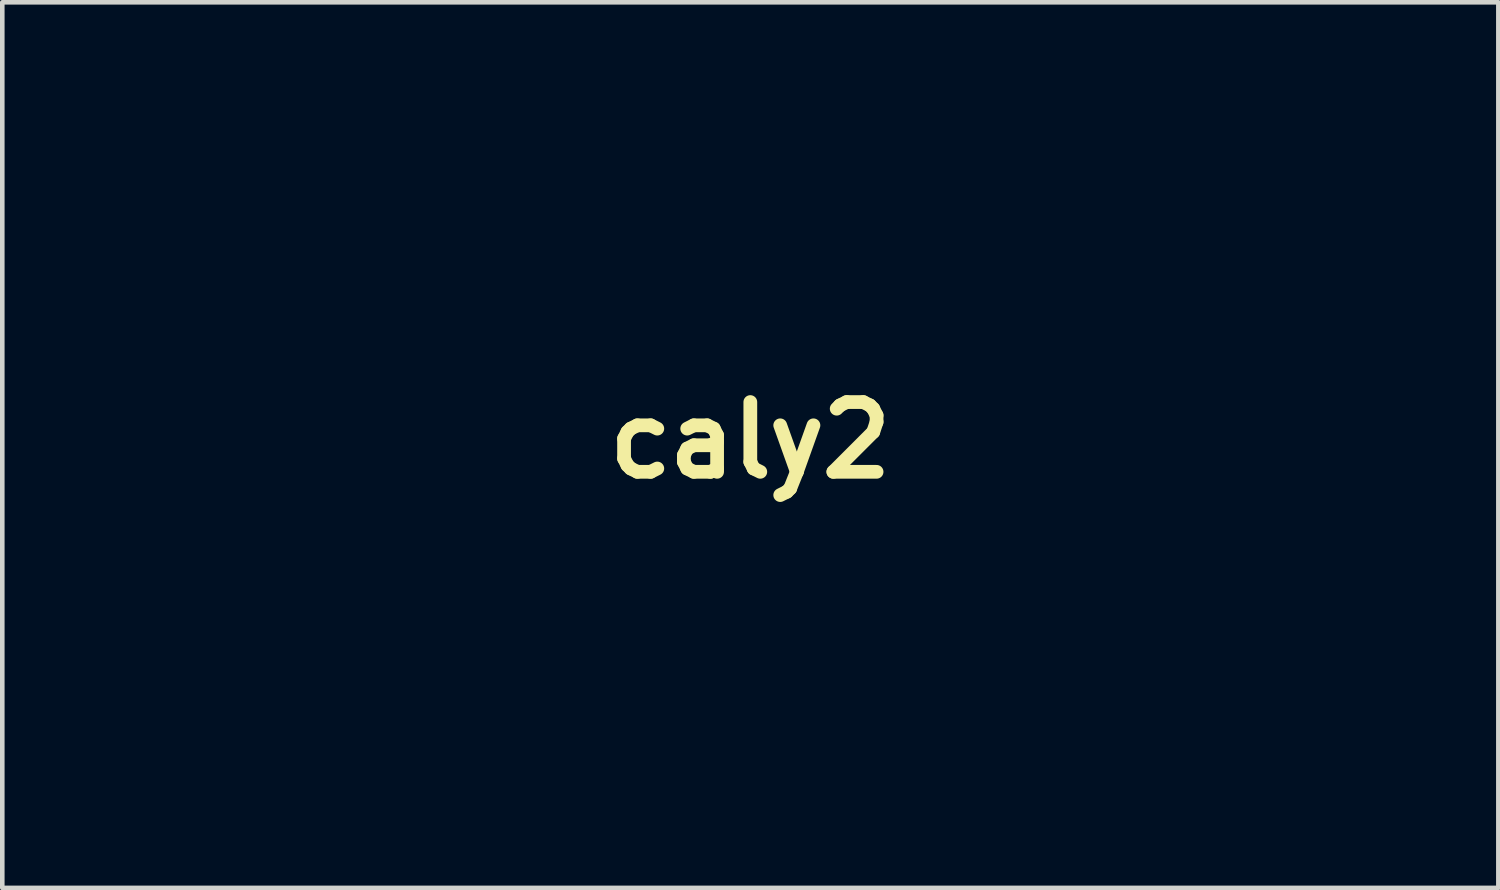
<source format=kicad_pcb>
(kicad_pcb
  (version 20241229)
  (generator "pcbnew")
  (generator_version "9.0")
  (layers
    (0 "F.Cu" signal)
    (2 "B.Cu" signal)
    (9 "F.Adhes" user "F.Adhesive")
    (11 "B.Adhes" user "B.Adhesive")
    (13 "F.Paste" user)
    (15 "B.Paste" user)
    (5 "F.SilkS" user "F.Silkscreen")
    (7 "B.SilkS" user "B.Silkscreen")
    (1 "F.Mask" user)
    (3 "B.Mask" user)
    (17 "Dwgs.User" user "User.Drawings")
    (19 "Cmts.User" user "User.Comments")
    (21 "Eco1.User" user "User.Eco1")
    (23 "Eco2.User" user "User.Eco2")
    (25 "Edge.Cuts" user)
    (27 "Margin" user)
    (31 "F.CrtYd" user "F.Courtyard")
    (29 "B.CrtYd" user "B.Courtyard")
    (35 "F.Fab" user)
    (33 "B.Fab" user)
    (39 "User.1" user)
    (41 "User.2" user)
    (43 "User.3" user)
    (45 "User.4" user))
  (footprint "caly2"
    (layer "F.Cu")
    (at 13.34 6.567)
    (property "Reference" "caly2" (at 0 0 0) (layer "F.SilkS") (effects (font (size 1.524 1.524) (thickness 0.3))))
    (attr through_hole)
    (fp_poly (pts (xy 9.242 3.334) (xy 9.27 3.767) (xy 9.242 3.863) (xy 9.165 3.89) (xy 9.135 3.598) (xy 9.168 3.298) (xy 9.242 3.334)) (stroke (width 0.01) (type solid)) (fill no) (layer "Eco1.User"))
    (fp_poly (pts (xy -8.92 0.417) (xy -8.719 0.649) (xy -8.533 0.977) (xy -8.603 1.005) (xy -8.956 0.754) (xy -9.184 0.49) (xy -9.157 0.352) (xy -8.92 0.417)) (stroke (width 0.01) (type solid)) (fill no) (layer "Eco1.User"))
    (fp_poly (pts (xy -6.594 -1.608) (xy -6.369 -1.411) (xy -6.35 -1.363) (xy -6.45 -1.276) (xy -6.66 -1.471) (xy -6.688 -1.514) (xy -6.713 -1.659) (xy -6.594 -1.608)) (stroke (width 0.01) (type solid)) (fill no) (layer "Eco1.User"))
    (fp_poly (pts (xy -10.636 2.361) (xy -10.583 2.575) (xy -10.618 2.914) (xy -10.784 2.878) (xy -10.964 2.709) (xy -11.202 2.367) (xy -11.06 2.202) (xy -10.901 2.187) (xy -10.636 2.361)) (stroke (width 0.01) (type solid)) (fill no) (layer "Eco1.User"))
    (fp_poly (pts (xy 1.141 3.337) (xy 1.12 3.598) (xy 1.007 3.94) (xy 0.953 4.022) (xy 0.861 3.848) (xy 0.785 3.598) (xy 0.8 3.247) (xy 0.953 3.175) (xy 1.141 3.337)) (stroke (width 0.01) (type solid)) (fill no) (layer "Eco1.User"))
    (fp_poly (pts (xy 4.642 3.308) (xy 4.516 3.694) (xy 4.445 3.81) (xy 4.291 3.976) (xy 4.239 3.766) (xy 4.237 3.651) (xy 4.314 3.28) (xy 4.445 3.175) (xy 4.642 3.308)) (stroke (width 0.01) (type solid)) (fill no) (layer "Eco1.User"))
    (fp_poly (pts (xy 5.075 3.458) (xy 5.077 3.545) (xy 5.027 3.956) (xy 4.88 3.973) (xy 4.789 3.853) (xy 4.796 3.551) (xy 4.879 3.377) (xy 5.026 3.227) (xy 5.075 3.458)) (stroke (width 0.01) (type solid)) (fill no) (layer "Eco1.User"))
    (fp_poly (pts (xy -7.992 -4.185) (xy -8.976 -3.242) (xy -9.985 -2.271) (xy -10.921 -1.368) (xy -11.686 -0.626) (xy -11.906 -0.411) (xy -13.335 0.985) (xy -13.335 -6.562) (xy -5.506 -6.562) (xy -7.992 -4.185)) (stroke (width 0.01) (type solid)) (fill no) (layer "Eco1.User"))
    (fp_poly (pts (xy -6.962 -1.278) (xy -6.908 -1.164) (xy -6.826 -0.902) (xy -6.833 -0.871) (xy -7.048 -0.938) (xy -7.252 -0.993) (xy -7.508 -1.16) (xy -7.504 -1.286) (xy -7.229 -1.474) (xy -6.962 -1.278)) (stroke (width 0.01) (type solid)) (fill no) (layer "Eco1.User"))
    (fp_poly (pts (xy 1.817 3.317) (xy 2.02 3.47) (xy 1.899 3.602) (xy 1.771 3.77) (xy 1.934 3.874) (xy 2.06 3.971) (xy 1.852 4.005) (xy 1.54 3.854) (xy 1.482 3.605) (xy 1.579 3.304) (xy 1.817 3.317)) (stroke (width 0.01) (type solid)) (fill no) (layer "Eco1.User"))
    (fp_poly (pts (xy -8.726 -1.984) (xy -8.726 -1.868) (xy -8.632 -1.647) (xy -8.52 -1.64) (xy -8.277 -1.561) (xy -8.255 -1.482) (xy -8.379 -1.282) (xy -8.668 -1.374) (xy -8.874 -1.569) (xy -9.005 -1.878) (xy -8.895 -2.008) (xy -8.726 -1.984)) (stroke (width 0.01) (type solid)) (fill no) (layer "Eco1.User"))
    (fp_poly (pts (xy 11.253 -0.296) (xy 11.276 -0.078) (xy 11.087 0.278) (xy 10.789 0.628) (xy 10.486 0.83) (xy 10.425 0.84) (xy 10.188 0.677) (xy 10.16 0.541) (xy 10.312 0.214) (xy 10.661 -0.11) (xy 11.044 -0.306) (xy 11.253 -0.296)) (stroke (width 0.01) (type solid)) (fill no) (layer "Eco1.User"))
    (fp_poly (pts (xy 6.894 -0.233) (xy 6.971 0.254) (xy 6.985 0.635) (xy 6.947 1.239) (xy 6.85 1.622) (xy 6.773 1.693) (xy 6.653 1.503) (xy 6.576 1.016) (xy 6.562 0.635) (xy 6.6 0.031) (xy 6.697 -0.352) (xy 6.773 -0.423) (xy 6.894 -0.233)) (stroke (width 0.01) (type solid)) (fill no) (layer "Eco1.User"))
    (fp_poly (pts (xy 10.054 3.387) (xy 10.017 3.578) (xy 9.908 3.602) (xy 9.769 3.66) (xy 9.948 3.81) (xy 10.143 3.974) (xy 9.943 4.018) (xy 9.895 4.018) (xy 9.583 3.851) (xy 9.525 3.598) (xy 9.637 3.238) (xy 9.885 3.21) (xy 10.054 3.387)) (stroke (width 0.01) (type solid)) (fill no) (layer "Eco1.User"))
    (fp_poly (pts (xy 13.241 3.643) (xy 13.285 4.036) (xy 13.313 4.699) (xy 13.318 5.027) (xy 13.335 6.773) (xy 11.695 6.763) (xy 10.054 6.753) (xy 11.564 5.334) (xy 12.225 4.693) (xy 12.764 4.131) (xy 13.108 3.727) (xy 13.188 3.598) (xy 13.241 3.643)) (stroke (width 0.01) (type solid)) (fill no) (layer "Eco1.User"))
    (fp_poly (pts (xy 2.944 3.213) (xy 2.794 3.362) (xy 2.752 3.39) (xy 2.541 3.589) (xy 2.709 3.779) (xy 2.752 3.807) (xy 2.947 3.973) (xy 2.748 4.018) (xy 2.699 4.018) (xy 2.387 3.851) (xy 2.328 3.598) (xy 2.477 3.243) (xy 2.699 3.178) (xy 2.944 3.213)) (stroke (width 0.01) (type solid)) (fill no) (layer "Eco1.User"))
    (fp_poly (pts (xy 3.953 3.422) (xy 4.018 3.696) (xy 3.984 3.979) (xy 3.851 3.871) (xy 3.81 3.81) (xy 3.639 3.638) (xy 3.602 3.757) (xy 3.465 4.003) (xy 3.387 4.022) (xy 3.213 3.845) (xy 3.175 3.611) (xy 3.315 3.282) (xy 3.598 3.233) (xy 3.953 3.422)) (stroke (width 0.01) (type solid)) (fill no) (layer "Eco1.User"))
    (fp_poly (pts (xy 7.563 1.943) (xy 7.623 1.947) (xy 8.354 2.04) (xy 8.683 2.181) (xy 8.607 2.333) (xy 8.123 2.456) (xy 7.673 2.498) (xy 7.009 2.513) (xy 6.67 2.443) (xy 6.563 2.264) (xy 6.562 2.223) (xy 6.642 2.021) (xy 6.944 1.936) (xy 7.563 1.943)) (stroke (width 0.01) (type solid)) (fill no) (layer "Eco1.User"))
    (fp_poly (pts (xy 10.734 3.293) (xy 10.927 3.525) (xy 10.951 3.634) (xy 10.824 3.962) (xy 10.623 4.018) (xy 10.387 3.984) (xy 10.541 3.838) (xy 10.583 3.81) (xy 10.756 3.639) (xy 10.636 3.602) (xy 10.39 3.487) (xy 10.372 3.422) (xy 10.491 3.238) (xy 10.734 3.293)) (stroke (width 0.01) (type solid)) (fill no) (layer "Eco1.User"))
    (fp_poly (pts (xy -9.441 3.302) (xy -9.176 3.555) (xy -9.264 3.85) (xy -9.459 3.964) (xy -9.712 3.863) (xy -9.808 3.704) (xy -9.525 3.704) (xy -9.419 3.81) (xy -9.313 3.704) (xy -9.419 3.598) (xy -9.525 3.704) (xy -9.808 3.704) (xy -9.821 3.683) (xy -9.892 3.305) (xy -9.673 3.231) (xy -9.441 3.302)) (stroke (width 0.01) (type solid)) (fill no) (layer "Eco1.User"))
    (fp_poly (pts (xy 8.806 3.236) (xy 8.685 3.305) (xy 8.625 3.321) (xy 8.311 3.506) (xy 8.255 3.636) (xy 8.41 3.765) (xy 8.572 3.733) (xy 8.845 3.729) (xy 8.89 3.817) (xy 8.713 3.983) (xy 8.467 4.022) (xy 8.113 3.872) (xy 8.043 3.598) (xy 8.169 3.265) (xy 8.52 3.2) (xy 8.806 3.236)) (stroke (width 0.01) (type solid)) (fill no) (layer "Eco1.User"))
    (fp_poly (pts (xy 9.114 -0.017) (xy 9.318 0.154) (xy 9.743 0.598) (xy 9.912 1.034) (xy 9.91 1.662) (xy 9.838 2.177) (xy 9.734 2.425) (xy 9.684 2.419) (xy 9.562 2.102) (xy 9.525 1.721) (xy 9.368 1.197) (xy 8.96 0.606) (xy 8.872 0.51) (xy 8.481 0.013) (xy 8.425 -0.268) (xy 8.652 -0.291) (xy 9.114 -0.017)) (stroke (width 0.01) (type solid)) (fill no) (layer "Eco1.User"))
    (fp_poly (pts (xy -9.972 1.598) (xy -9.888 1.669) (xy -9.77 1.868) (xy -9.918 1.905) (xy -10.084 2.027) (xy -10.054 2.117) (xy -9.985 2.315) (xy -10.136 2.253) (xy -10.356 2.03) (xy -10.431 1.799) (xy -10.372 1.799) (xy -10.266 1.905) (xy -10.16 1.799) (xy -10.266 1.693) (xy -10.372 1.799) (xy -10.431 1.799) (xy -10.459 1.712) (xy -10.283 1.531) (xy -9.972 1.598)) (stroke (width 0.01) (type solid)) (fill no) (layer "Eco1.User"))
    (fp_poly (pts (xy 5.977 3.424) (xy 6.032 3.598) (xy 5.857 3.897) (xy 5.662 3.981) (xy 5.362 3.908) (xy 5.292 3.598) (xy 5.503 3.598) (xy 5.664 3.804) (xy 5.715 3.81) (xy 5.921 3.649) (xy 5.927 3.598) (xy 5.766 3.393) (xy 5.715 3.387) (xy 5.509 3.548) (xy 5.503 3.598) (xy 5.292 3.598) (xy 5.399 3.251) (xy 5.662 3.215) (xy 5.977 3.424)) (stroke (width 0.01) (type solid)) (fill no) (layer "Eco1.User"))
    (fp_poly (pts (xy -9.155 1.023) (xy -9.102 1.27) (xy -9.204 1.637) (xy -9.469 1.63) (xy -9.709 1.409) (xy -9.787 1.188) (xy -9.664 1.188) (xy -9.631 1.27) (xy -9.441 1.472) (xy -9.407 1.482) (xy -9.316 1.318) (xy -9.313 1.27) (xy -9.476 1.066) (xy -9.537 1.058) (xy -9.664 1.188) (xy -9.787 1.188) (xy -9.83 1.066) (xy -9.581 0.867) (xy -9.384 0.847) (xy -9.155 1.023)) (stroke (width 0.01) (type solid)) (fill no) (layer "Eco1.User"))
    (fp_poly (pts (xy -7.197 -3.069) (xy -7.042 -2.687) (xy -7.13 -2.522) (xy -7.418 -2.47) (xy -7.62 -2.646) (xy -7.775 -3.028) (xy -7.768 -3.041) (xy -7.62 -3.041) (xy -7.5 -2.704) (xy -7.479 -2.681) (xy -7.252 -2.631) (xy -7.228 -2.649) (xy -7.258 -2.867) (xy -7.37 -3.009) (xy -7.583 -3.129) (xy -7.62 -3.041) (xy -7.768 -3.041) (xy -7.687 -3.193) (xy -7.399 -3.245) (xy -7.197 -3.069)) (stroke (width 0.01) (type solid)) (fill no) (layer "Eco1.User"))
    (fp_poly (pts (xy -7.949 -2.558) (xy -7.92 -2.347) (xy -7.978 -2.325) (xy -7.981 -2.234) (xy -7.832 -2.117) (xy -7.633 -1.952) (xy -7.824 -1.909) (xy -7.872 -1.908) (xy -8.262 -2.026) (xy -8.372 -2.135) (xy -8.377 -2.434) (xy -8.255 -2.434) (xy -8.149 -2.328) (xy -8.043 -2.434) (xy -8.149 -2.54) (xy -8.255 -2.434) (xy -8.377 -2.434) (xy -8.377 -2.469) (xy -8.303 -2.577) (xy -8.044 -2.659) (xy -7.949 -2.558)) (stroke (width 0.01) (type solid)) (fill no) (layer "Eco1.User"))
    (fp_poly (pts (xy 2.566 -0.346) (xy 2.789 -0.165) (xy 2.655 0.046) (xy 2.177 0.212) (xy 1.852 0.252) (xy 1.287 0.318) (xy 1.027 0.465) (xy 0.955 0.786) (xy 0.953 0.953) (xy 1.075 1.51) (xy 1.429 1.796) (xy 1.795 2.054) (xy 1.905 2.273) (xy 1.766 2.513) (xy 1.415 2.487) (xy 0.951 2.216) (xy 0.731 2.02) (xy 0.32 1.377) (xy 0.278 0.726) (xy 0.563 0.152) (xy 1.131 -0.259) (xy 1.939 -0.423) (xy 1.972 -0.423) (xy 2.566 -0.346)) (stroke (width 0.01) (type solid)) (fill no) (layer "Eco1.User"))
    (fp_poly (pts (xy -7.646 -0.727) (xy -7.645 -0.688) (xy -7.64 -0.324) (xy -7.489 -0.309) (xy -7.389 -0.423) (xy -7.222 -0.633) (xy -7.234 -0.489) (xy -7.251 -0.423) (xy -7.52 -0.181) (xy -7.941 -0.132) (xy -8.336 -0.129) (xy -8.358 -0.035) (xy -8.176 0.113) (xy -7.963 0.37) (xy -8.007 0.507) (xy -8.288 0.472) (xy -8.461 0.324) (xy -8.597 -0.011) (xy -8.522 -0.285) (xy -8.294 -0.336) (xy -8.24 -0.308) (xy -8.071 -0.365) (xy -8.043 -0.517) (xy -7.933 -0.806) (xy -7.832 -0.847) (xy -7.646 -0.727)) (stroke (width 0.01) (type solid)) (fill no) (layer "Eco1.User"))
    (fp_poly (pts (xy 7.634 3.221) (xy 7.825 3.492) (xy 7.832 3.577) (xy 7.74 3.856) (xy 7.393 3.968) (xy 7.091 3.979) (xy 6.589 3.938) (xy 6.392 3.765) (xy 6.375 3.524) (xy 6.409 3.244) (xy 6.477 3.369) (xy 6.496 3.44) (xy 6.691 3.773) (xy 6.936 3.712) (xy 7.001 3.598) (xy 7.197 3.598) (xy 7.358 3.804) (xy 7.408 3.81) (xy 7.614 3.649) (xy 7.62 3.598) (xy 7.459 3.393) (xy 7.408 3.387) (xy 7.203 3.548) (xy 7.197 3.598) (xy 7.001 3.598) (xy 7.062 3.493) (xy 7.318 3.214) (xy 7.634 3.221)) (stroke (width 0.01) (type solid)) (fill no) (layer "Eco1.User"))
    (fp_poly (pts (xy 4.591 -0.041) (xy 4.951 0.39) (xy 5.339 0.963) (xy 5.679 1.556) (xy 5.892 2.051) (xy 5.927 2.237) (xy 5.838 2.431) (xy 5.511 2.51) (xy 4.866 2.498) (xy 4.186 2.406) (xy 3.853 2.258) (xy 3.888 2.091) (xy 4.312 1.941) (xy 4.521 1.905) (xy 5.245 1.799) (xy 4.761 1.095) (xy 4.276 0.391) (xy 3.672 1.465) (xy 3.268 2.14) (xy 2.989 2.471) (xy 2.789 2.502) (xy 2.675 2.376) (xy 2.718 2.105) (xy 2.951 1.618) (xy 3.301 1.029) (xy 3.694 0.452) (xy 4.056 0.001) (xy 4.314 -0.208) (xy 4.338 -0.212) (xy 4.591 -0.041)) (stroke (width 0.01) (type solid)) (fill no) (layer "Eco1.User"))
    (fp_poly (pts (xy -5.226 -2.99) (xy -4.924 -2.661) (xy -4.908 -2.456) (xy -5.182 -2.463) (xy -5.221 -2.477) (xy -5.458 -2.512) (xy -5.4 -2.332) (xy -5.341 -2.151) (xy -5.471 -2.202) (xy -5.682 -2.184) (xy -5.715 -2.036) (xy -5.841 -1.657) (xy -6.137 -1.627) (xy -6.361 -1.812) (xy -6.454 -1.987) (xy -6.277 -1.987) (xy -6.244 -1.905) (xy -6.054 -1.703) (xy -6.02 -1.693) (xy -5.929 -1.857) (xy -5.927 -1.905) (xy -6.089 -2.109) (xy -6.151 -2.117) (xy -6.277 -1.987) (xy -6.454 -1.987) (xy -6.503 -2.078) (xy -6.288 -2.225) (xy -6.176 -2.257) (xy -5.865 -2.419) (xy -5.836 -2.564) (xy -5.772 -2.724) (xy -5.609 -2.752) (xy -5.382 -2.858) (xy -5.426 -3.016) (xy -5.454 -3.144) (xy -5.226 -2.99)) (stroke (width 0.01) (type solid)) (fill no) (layer "Eco1.User"))
    (fp_poly (pts (xy 13.321 -2.064) (xy 13.306 2.434) (xy 12.597 0.018) (xy 12.225 -1.222) (xy 11.924 -2.12) (xy 11.658 -2.743) (xy 11.389 -3.156) (xy 11.079 -3.428) (xy 10.69 -3.624) (xy 10.497 -3.698) (xy 9.607 -3.996) (xy 8.546 -4.304) (xy 7.425 -4.593) (xy 6.359 -4.837) (xy 5.46 -5.008) (xy 4.84 -5.079) (xy 4.803 -5.079) (xy 4.637 -5.082) (xy 4.486 -5.076) (xy 4.326 -5.04) (xy 4.133 -4.953) (xy 3.883 -4.794) (xy 3.552 -4.542) (xy 3.116 -4.176) (xy 2.549 -3.674) (xy 1.829 -3.015) (xy 0.931 -2.179) (xy -0.169 -1.144) (xy -1.495 0.111) (xy -3.072 1.607) (xy -4.924 3.365) (xy -5.671 4.075) (xy -8.513 6.773) (xy -13.335 6.773) (xy -13.32 4.18) (xy -13.304 1.587) (xy -12.892 2.748) (xy -12.624 3.424) (xy -12.363 3.947) (xy -12.22 4.148) (xy -11.889 4.32) (xy -11.28 4.532) (xy -10.583 4.725) (xy -9.207 5.062) (xy -8.149 4.044) (xy -7.735 3.648) (xy -7.06 3.004) (xy -6.172 2.157) (xy -5.117 1.152) (xy -3.941 0.032) (xy -2.691 -1.157) (xy -2.048 -1.768) (xy 2.995 -6.562) (xy 13.335 -6.562) (xy 13.321 -2.064)) (stroke (width 0.01) (type solid)) (fill no) (layer "Eco1.User"))
    (fp_poly (pts (xy -8.902 -1.139) (xy -8.89 -1.033) (xy -9.015 -0.909) (xy -9.07 -0.933) (xy -9.285 -0.852) (xy -9.529 -0.522) (xy -9.803 -0.142) (xy -10.032 -0.007) (xy -10.126 -0.144) (xy -10.076 -0.37) (xy -10.021 -0.59) (xy -10.15 -0.475) (xy -10.265 -0.33) (xy -10.462 0.023) (xy -10.345 0.247) (xy -10.319 0.266) (xy -10.247 0.371) (xy -10.513 0.323) (xy -10.845 0.286) (xy -10.885 0.513) (xy -10.859 0.626) (xy -10.866 0.976) (xy -11.1 1.058) (xy -11.355 1.132) (xy -11.359 1.217) (xy -11.409 1.473) (xy -11.539 1.631) (xy -11.794 1.765) (xy -11.94 1.561) (xy -11.986 1.376) (xy -11.853 1.376) (xy -11.748 1.482) (xy -11.642 1.376) (xy -11.748 1.27) (xy -11.853 1.376) (xy -11.986 1.376) (xy -12.057 1.091) (xy -11.916 0.942) (xy -11.745 0.983) (xy -11.521 0.986) (xy -11.554 0.769) (xy -11.518 0.553) (xy -11.357 0.553) (xy -11.324 0.635) (xy -11.134 0.837) (xy -11.1 0.847) (xy -11.009 0.683) (xy -11.007 0.635) (xy -11.169 0.431) (xy -11.231 0.423) (xy -11.357 0.553) (xy -11.518 0.553) (xy -11.497 0.428) (xy -11.137 0.184) (xy -10.687 -0.136) (xy -10.464 -0.464) (xy -10.241 -0.753) (xy -9.905 -0.727) (xy -9.606 -0.683) (xy -9.631 -0.848) (xy -9.626 -1.164) (xy -9.509 -1.28) (xy -9.124 -1.364) (xy -8.902 -1.139)) (stroke (width 0.01) (type solid)) (fill no) (layer "Eco1.User"))
    (fp_poly (pts (xy -5.787 -0.191) (xy -5.622 -0.092) (xy -5.351 0.133) (xy -5.422 0.206) (xy -5.581 0.212) (xy -5.837 0.295) (xy -5.836 0.399) (xy -5.878 0.669) (xy -6.035 0.849) (xy -6.365 0.999) (xy -6.698 0.821) (xy -6.938 0.656) (xy -6.954 0.805) (xy -6.887 1.034) (xy -6.824 1.383) (xy -6.962 1.39) (xy -7.161 1.422) (xy -7.197 1.587) (xy -7.286 1.824) (xy -7.384 1.814) (xy -7.574 1.893) (xy -7.691 2.154) (xy -7.831 2.463) (xy -8.058 2.401) (xy -8.123 2.35) (xy -8.356 2.229) (xy -8.47 2.437) (xy -8.504 2.668) (xy -8.575 3.054) (xy -8.703 3.068) (xy -8.869 2.886) (xy -9.04 2.585) (xy -8.974 2.434) (xy -8.89 2.434) (xy -8.784 2.54) (xy -8.678 2.434) (xy -8.784 2.328) (xy -8.89 2.434) (xy -8.974 2.434) (xy -8.919 2.31) (xy -8.719 2.109) (xy -8.614 2.035) (xy -8.182 2.035) (xy -8.149 2.117) (xy -7.959 2.319) (xy -7.925 2.328) (xy -7.834 2.165) (xy -7.832 2.117) (xy -7.994 1.913) (xy -8.056 1.905) (xy -8.182 2.035) (xy -8.614 2.035) (xy -8.288 1.803) (xy -7.959 1.693) (xy -7.581 1.547) (xy -7.494 1.449) (xy -7.467 1.306) (xy -7.64 1.385) (xy -7.695 1.363) (xy -7.498 1.103) (xy -7.315 0.901) (xy -6.91 0.529) (xy -6.773 0.529) (xy -6.668 0.635) (xy -6.562 0.529) (xy -6.668 0.423) (xy -6.773 0.529) (xy -6.91 0.529) (xy -6.899 0.518) (xy -6.586 0.34) (xy -6.518 0.345) (xy -6.437 0.587) (xy -6.465 0.65) (xy -6.455 0.835) (xy -6.398 0.847) (xy -6.081 0.71) (xy -6.096 0.388) (xy -6.174 0.275) (xy -6.309 -0.062) (xy -6.268 -0.106) (xy -6.138 -0.106) (xy -6.032 0) (xy -5.927 -0.106) (xy -6.032 -0.212) (xy -6.138 -0.106) (xy -6.268 -0.106) (xy -6.142 -0.243) (xy -5.787 -0.191)) (stroke (width 0.01) (type solid)) (fill no) (layer "Eco1.User")))
  (gr_rect
    (start -3 -3)
    (end 29.68 16.345)
    (stroke (width 0.1) (type default))
    (fill no)
    (layer "Edge.Cuts")))
</source>
